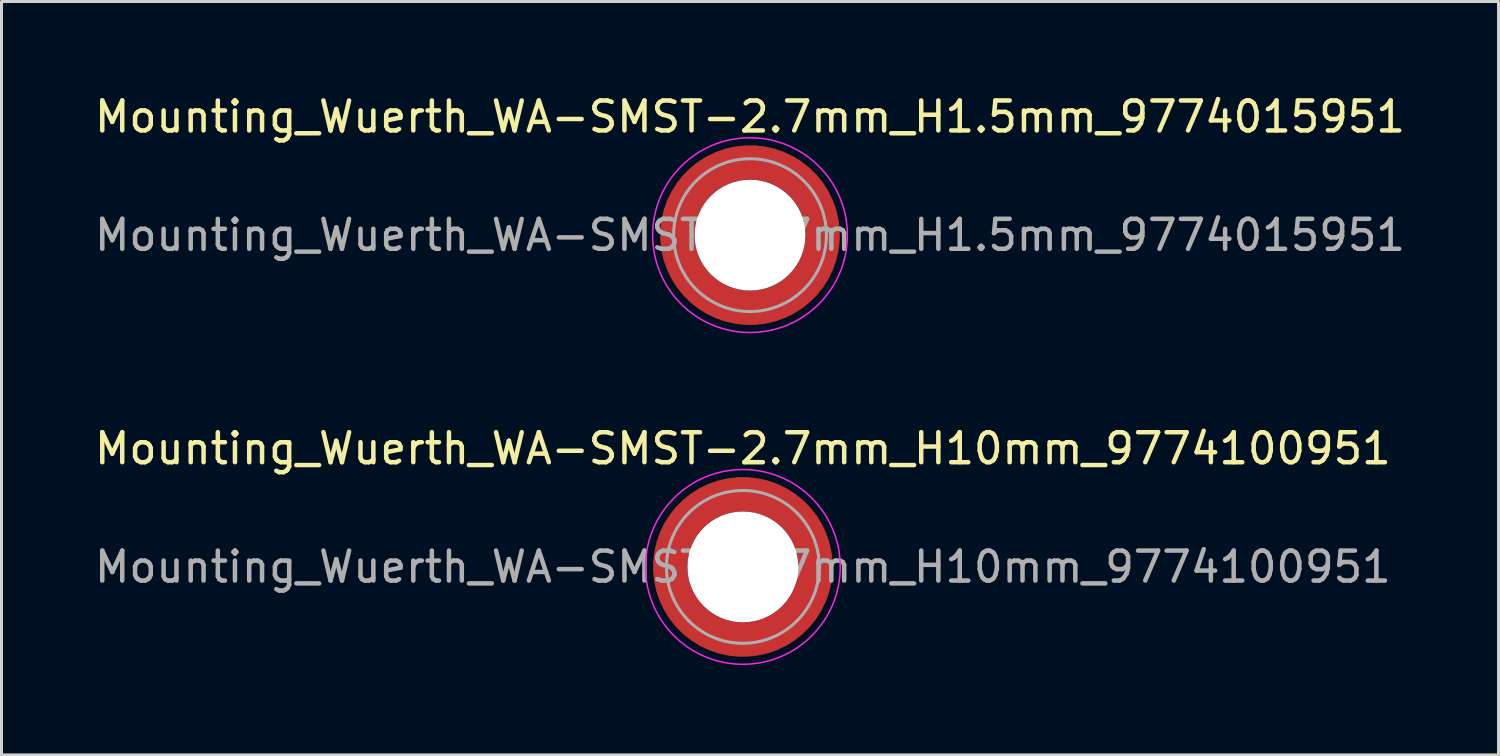
<source format=kicad_pcb>
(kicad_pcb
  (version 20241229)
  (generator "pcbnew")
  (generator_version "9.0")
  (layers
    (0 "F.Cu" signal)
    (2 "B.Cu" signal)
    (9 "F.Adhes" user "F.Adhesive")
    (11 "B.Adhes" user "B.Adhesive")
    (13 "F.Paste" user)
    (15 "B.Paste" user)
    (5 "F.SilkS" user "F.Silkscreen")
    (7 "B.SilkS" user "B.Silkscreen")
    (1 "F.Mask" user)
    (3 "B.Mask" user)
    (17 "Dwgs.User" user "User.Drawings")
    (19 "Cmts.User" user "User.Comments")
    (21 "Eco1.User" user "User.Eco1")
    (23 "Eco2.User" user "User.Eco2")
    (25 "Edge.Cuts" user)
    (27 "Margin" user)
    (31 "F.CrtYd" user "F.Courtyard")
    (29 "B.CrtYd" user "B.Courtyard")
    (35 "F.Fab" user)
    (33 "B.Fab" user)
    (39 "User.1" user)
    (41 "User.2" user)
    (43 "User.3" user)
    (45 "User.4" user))
  (footprint "Mounting_Wuerth_WA-SMST-2.7mm_H1.5mm_9774015951"
    (layer "F.Cu")
    (at 21.982 4.798)
    (property "Reference" "Mounting_Wuerth_WA-SMST-2.7mm_H1.5mm_9774015951" (at 0 -3.95 0) (layer "F.SilkS") (effects (font (size 1 1) (thickness 0.15))))
    (attr smd allow_soldermask_bridges)
    (fp_circle (center 0 0) (end 3.25 0) (stroke (width 0.05) (type solid)) (fill no) (layer "F.CrtYd"))
    (fp_circle (center 0 0) (end 2.55 0) (stroke (width 0.1) (type solid)) (fill no) (layer "F.Fab"))
    (fp_text user "${REFERENCE}" (at 0 0 0) (layer "F.Fab") (effects (font (size 1 1) (thickness 0.15))))
    (pad "" smd custom (at -1.704 -1.704) (size 0.51 0.51) (layers "F.Paste") (options (anchor circle)) (primitives (gr_arc (start -0.250195 1.279127) (mid 0.289914 0.289914) (end 1.279127 -0.250195) (width 0.2)) (gr_arc (start -0.34334 1.279127) (mid 0.225488 0.225488) (end 1.279127 -0.34334) (width 0.2)) (gr_arc (start -0.436309 1.279127) (mid 0.161063 0.161063) (end 1.279127 -0.436309) (width 0.2)) (gr_arc (start -0.529126 1.279127) (mid 0.096638 0.096638) (end 1.279127 -0.529126) (width 0.2)) (gr_arc (start -0.621807 1.279127) (mid 0.032213 0.032213) (end 1.279127 -0.621807) (width 0.2)) (gr_arc (start -0.71437 1.279127) (mid -0.032213 -0.032213) (end 1.279127 -0.71437) (width 0.2)) (gr_arc (start -0.806826 1.279127) (mid -0.096638 -0.096638) (end 1.279127 -0.806826) (width 0.2)) (gr_arc (start -0.899187 1.279127) (mid -0.161063 -0.161063) (end 1.279127 -0.899187) (width 0.2)) (gr_arc (start -0.991463 1.279127) (mid -0.225488 -0.225488) (end 1.279127 -0.991463) (width 0.2)) (gr_arc (start -1.083663 1.279127) (mid -0.289914 -0.289914) (end 1.279127 -1.083663) (width 0.2)) (gr_line (start 1.279 -0.25) (end 1.279 -1.084) (width 0.2)) (gr_line (start -0.25 1.279) (end -1.084 1.279) (width 0.2))))
    (pad "" smd custom (at -1.704 1.704) (size 0.51 0.51) (layers "F.Paste") (options (anchor circle)) (primitives (gr_arc (start 1.279127 0.250195) (mid 0.289914 -0.289914) (end -0.250195 -1.279127) (width 0.2)) (gr_arc (start 1.279127 0.34334) (mid 0.225488 -0.225488) (end -0.34334 -1.279127) (width 0.2)) (gr_arc (start 1.279127 0.436309) (mid 0.161063 -0.161063) (end -0.436309 -1.279127) (width 0.2)) (gr_arc (start 1.279127 0.529126) (mid 0.096638 -0.096638) (end -0.529126 -1.279127) (width 0.2)) (gr_arc (start 1.279127 0.621807) (mid 0.032213 -0.032213) (end -0.621807 -1.279127) (width 0.2)) (gr_arc (start 1.279127 0.71437) (mid -0.032213 0.032213) (end -0.71437 -1.279127) (width 0.2)) (gr_arc (start 1.279127 0.806826) (mid -0.096638 0.096638) (end -0.806826 -1.279127) (width 0.2)) (gr_arc (start 1.279127 0.899187) (mid -0.161063 0.161063) (end -0.899187 -1.279127) (width 0.2)) (gr_arc (start 1.279127 0.991463) (mid -0.225488 0.225488) (end -0.991463 -1.279127) (width 0.2)) (gr_arc (start 1.279127 1.083663) (mid -0.289914 0.289914) (end -1.083663 -1.279127) (width 0.2)) (gr_line (start -0.25 -1.279) (end -1.084 -1.279) (width 0.2)) (gr_line (start 1.279 0.25) (end 1.279 1.084) (width 0.2))))
    (pad "" np_thru_hole circle (at 0 0) (size 3.7 3.7) (drill 3.7) (layers "*.Cu" "*.Mask"))
    (pad "" smd custom (at 1.704 -1.704) (size 0.51 0.51) (layers "F.Paste") (options (anchor circle)) (primitives (gr_arc (start -1.279127 -0.250195) (mid -0.289914 0.289914) (end 0.250195 1.279127) (width 0.2)) (gr_arc (start -1.279127 -0.34334) (mid -0.225488 0.225488) (end 0.34334 1.279127) (width 0.2)) (gr_arc (start -1.279127 -0.436309) (mid -0.161063 0.161063) (end 0.436309 1.279127) (width 0.2)) (gr_arc (start -1.279127 -0.529126) (mid -0.096638 0.096638) (end 0.529126 1.279127) (width 0.2)) (gr_arc (start -1.279127 -0.621807) (mid -0.032213 0.032213) (end 0.621807 1.279127) (width 0.2)) (gr_arc (start -1.279127 -0.71437) (mid 0.032213 -0.032213) (end 0.71437 1.279127) (width 0.2)) (gr_arc (start -1.279127 -0.806826) (mid 0.096638 -0.096638) (end 0.806826 1.279127) (width 0.2)) (gr_arc (start -1.279127 -0.899187) (mid 0.161063 -0.161063) (end 0.899187 1.279127) (width 0.2)) (gr_arc (start -1.279127 -0.991463) (mid 0.225488 -0.225488) (end 0.991463 1.279127) (width 0.2)) (gr_arc (start -1.279127 -1.083663) (mid 0.289914 -0.289914) (end 1.083663 1.279127) (width 0.2)) (gr_line (start 0.25 1.279) (end 1.084 1.279) (width 0.2)) (gr_line (start -1.279 -0.25) (end -1.279 -1.084) (width 0.2))))
    (pad "" smd custom (at 1.704 1.704) (size 0.51 0.51) (layers "F.Paste") (options (anchor circle)) (primitives (gr_arc (start 0.250195 -1.279127) (mid -0.289914 -0.289914) (end -1.279127 0.250195) (width 0.2)) (gr_arc (start 0.34334 -1.279127) (mid -0.225488 -0.225488) (end -1.279127 0.34334) (width 0.2)) (gr_arc (start 0.436309 -1.279127) (mid -0.161063 -0.161063) (end -1.279127 0.436309) (width 0.2)) (gr_arc (start 0.529126 -1.279127) (mid -0.096638 -0.096638) (end -1.279127 0.529126) (width 0.2)) (gr_arc (start 0.621807 -1.279127) (mid -0.032213 -0.032213) (end -1.279127 0.621807) (width 0.2)) (gr_arc (start 0.71437 -1.279127) (mid 0.032213 0.032213) (end -1.279127 0.71437) (width 0.2)) (gr_arc (start 0.806826 -1.279127) (mid 0.096638 0.096638) (end -1.279127 0.806826) (width 0.2)) (gr_arc (start 0.899187 -1.279127) (mid 0.161063 0.161063) (end -1.279127 0.899187) (width 0.2)) (gr_arc (start 0.991463 -1.279127) (mid 0.225488 0.225488) (end -1.279127 0.991463) (width 0.2)) (gr_arc (start 1.083663 -1.279127) (mid 0.289914 0.289914) (end -1.279127 1.083663) (width 0.2)) (gr_line (start -1.279 0.25) (end -1.279 1.084) (width 0.2)) (gr_line (start 0.25 -1.279) (end 1.084 -1.279) (width 0.2))))
    (pad "1" smd circle (at -2.425 0) (size 0.642 0.642) (layers "F.Cu"))
    (pad "1" smd circle (at 0 -2.425) (size 0.642 0.642) (layers "F.Cu"))
    (pad "1" smd circle (at 0 2.425) (size 0.642 0.642) (layers "F.Cu"))
    (pad "1" smd custom (at 2.425 0) (size 1.15 1.15) (layers "F.Cu" "F.Mask") (options (anchor circle)) (primitives (gr_circle (center -2.425 0) (end 0 0) (width 1.15) (fill no)))))
  (footprint "Mounting_Wuerth_WA-SMST-2.7mm_H10mm_9774100951"
    (layer "F.Cu")
    (at 21.744 15.871)
    (property "Reference" "Mounting_Wuerth_WA-SMST-2.7mm_H10mm_9774100951" (at 0 -3.95 0) (layer "F.SilkS") (effects (font (size 1 1) (thickness 0.15))))
    (attr smd allow_soldermask_bridges)
    (fp_circle (center 0 0) (end 3.25 0) (stroke (width 0.05) (type solid)) (fill no) (layer "F.CrtYd"))
    (fp_circle (center 0 0) (end 2.55 0) (stroke (width 0.1) (type solid)) (fill no) (layer "F.Fab"))
    (fp_text user "${REFERENCE}" (at 0 0 0) (layer "F.Fab") (effects (font (size 1 1) (thickness 0.15))))
    (pad "" smd custom (at -1.704 -1.704) (size 0.51 0.51) (layers "F.Paste") (options (anchor circle)) (primitives (gr_arc (start -0.250195 1.279127) (mid 0.289914 0.289914) (end 1.279127 -0.250195) (width 0.2)) (gr_arc (start -0.34334 1.279127) (mid 0.225488 0.225488) (end 1.279127 -0.34334) (width 0.2)) (gr_arc (start -0.436309 1.279127) (mid 0.161063 0.161063) (end 1.279127 -0.436309) (width 0.2)) (gr_arc (start -0.529126 1.279127) (mid 0.096638 0.096638) (end 1.279127 -0.529126) (width 0.2)) (gr_arc (start -0.621807 1.279127) (mid 0.032213 0.032213) (end 1.279127 -0.621807) (width 0.2)) (gr_arc (start -0.71437 1.279127) (mid -0.032213 -0.032213) (end 1.279127 -0.71437) (width 0.2)) (gr_arc (start -0.806826 1.279127) (mid -0.096638 -0.096638) (end 1.279127 -0.806826) (width 0.2)) (gr_arc (start -0.899187 1.279127) (mid -0.161063 -0.161063) (end 1.279127 -0.899187) (width 0.2)) (gr_arc (start -0.991463 1.279127) (mid -0.225488 -0.225488) (end 1.279127 -0.991463) (width 0.2)) (gr_arc (start -1.083663 1.279127) (mid -0.289914 -0.289914) (end 1.279127 -1.083663) (width 0.2)) (gr_line (start 1.279 -0.25) (end 1.279 -1.084) (width 0.2)) (gr_line (start -0.25 1.279) (end -1.084 1.279) (width 0.2))))
    (pad "" smd custom (at -1.704 1.704) (size 0.51 0.51) (layers "F.Paste") (options (anchor circle)) (primitives (gr_arc (start 1.279127 0.250195) (mid 0.289914 -0.289914) (end -0.250195 -1.279127) (width 0.2)) (gr_arc (start 1.279127 0.34334) (mid 0.225488 -0.225488) (end -0.34334 -1.279127) (width 0.2)) (gr_arc (start 1.279127 0.436309) (mid 0.161063 -0.161063) (end -0.436309 -1.279127) (width 0.2)) (gr_arc (start 1.279127 0.529126) (mid 0.096638 -0.096638) (end -0.529126 -1.279127) (width 0.2)) (gr_arc (start 1.279127 0.621807) (mid 0.032213 -0.032213) (end -0.621807 -1.279127) (width 0.2)) (gr_arc (start 1.279127 0.71437) (mid -0.032213 0.032213) (end -0.71437 -1.279127) (width 0.2)) (gr_arc (start 1.279127 0.806826) (mid -0.096638 0.096638) (end -0.806826 -1.279127) (width 0.2)) (gr_arc (start 1.279127 0.899187) (mid -0.161063 0.161063) (end -0.899187 -1.279127) (width 0.2)) (gr_arc (start 1.279127 0.991463) (mid -0.225488 0.225488) (end -0.991463 -1.279127) (width 0.2)) (gr_arc (start 1.279127 1.083663) (mid -0.289914 0.289914) (end -1.083663 -1.279127) (width 0.2)) (gr_line (start -0.25 -1.279) (end -1.084 -1.279) (width 0.2)) (gr_line (start 1.279 0.25) (end 1.279 1.084) (width 0.2))))
    (pad "" np_thru_hole circle (at 0 0) (size 3.7 3.7) (drill 3.7) (layers "*.Cu" "*.Mask"))
    (pad "" smd custom (at 1.704 -1.704) (size 0.51 0.51) (layers "F.Paste") (options (anchor circle)) (primitives (gr_arc (start -1.279127 -0.250195) (mid -0.289914 0.289914) (end 0.250195 1.279127) (width 0.2)) (gr_arc (start -1.279127 -0.34334) (mid -0.225488 0.225488) (end 0.34334 1.279127) (width 0.2)) (gr_arc (start -1.279127 -0.436309) (mid -0.161063 0.161063) (end 0.436309 1.279127) (width 0.2)) (gr_arc (start -1.279127 -0.529126) (mid -0.096638 0.096638) (end 0.529126 1.279127) (width 0.2)) (gr_arc (start -1.279127 -0.621807) (mid -0.032213 0.032213) (end 0.621807 1.279127) (width 0.2)) (gr_arc (start -1.279127 -0.71437) (mid 0.032213 -0.032213) (end 0.71437 1.279127) (width 0.2)) (gr_arc (start -1.279127 -0.806826) (mid 0.096638 -0.096638) (end 0.806826 1.279127) (width 0.2)) (gr_arc (start -1.279127 -0.899187) (mid 0.161063 -0.161063) (end 0.899187 1.279127) (width 0.2)) (gr_arc (start -1.279127 -0.991463) (mid 0.225488 -0.225488) (end 0.991463 1.279127) (width 0.2)) (gr_arc (start -1.279127 -1.083663) (mid 0.289914 -0.289914) (end 1.083663 1.279127) (width 0.2)) (gr_line (start 0.25 1.279) (end 1.084 1.279) (width 0.2)) (gr_line (start -1.279 -0.25) (end -1.279 -1.084) (width 0.2))))
    (pad "" smd custom (at 1.704 1.704) (size 0.51 0.51) (layers "F.Paste") (options (anchor circle)) (primitives (gr_arc (start 0.250195 -1.279127) (mid -0.289914 -0.289914) (end -1.279127 0.250195) (width 0.2)) (gr_arc (start 0.34334 -1.279127) (mid -0.225488 -0.225488) (end -1.279127 0.34334) (width 0.2)) (gr_arc (start 0.436309 -1.279127) (mid -0.161063 -0.161063) (end -1.279127 0.436309) (width 0.2)) (gr_arc (start 0.529126 -1.279127) (mid -0.096638 -0.096638) (end -1.279127 0.529126) (width 0.2)) (gr_arc (start 0.621807 -1.279127) (mid -0.032213 -0.032213) (end -1.279127 0.621807) (width 0.2)) (gr_arc (start 0.71437 -1.279127) (mid 0.032213 0.032213) (end -1.279127 0.71437) (width 0.2)) (gr_arc (start 0.806826 -1.279127) (mid 0.096638 0.096638) (end -1.279127 0.806826) (width 0.2)) (gr_arc (start 0.899187 -1.279127) (mid 0.161063 0.161063) (end -1.279127 0.899187) (width 0.2)) (gr_arc (start 0.991463 -1.279127) (mid 0.225488 0.225488) (end -1.279127 0.991463) (width 0.2)) (gr_arc (start 1.083663 -1.279127) (mid 0.289914 0.289914) (end -1.279127 1.083663) (width 0.2)) (gr_line (start -1.279 0.25) (end -1.279 1.084) (width 0.2)) (gr_line (start 0.25 -1.279) (end 1.084 -1.279) (width 0.2))))
    (pad "1" smd circle (at -2.425 0) (size 0.642 0.642) (layers "F.Cu"))
    (pad "1" smd circle (at 0 -2.425) (size 0.642 0.642) (layers "F.Cu"))
    (pad "1" smd circle (at 0 2.425) (size 0.642 0.642) (layers "F.Cu"))
    (pad "1" smd custom (at 2.425 0) (size 1.15 1.15) (layers "F.Cu" "F.Mask") (options (anchor circle)) (primitives (gr_circle (center -2.425 0) (end 0 0) (width 1.15) (fill no)))))
  (gr_rect
    (start -3 -3)
    (end 46.964 22.146)
    (stroke (width 0.1) (type default))
    (fill no)
    (layer "Edge.Cuts")))
</source>
